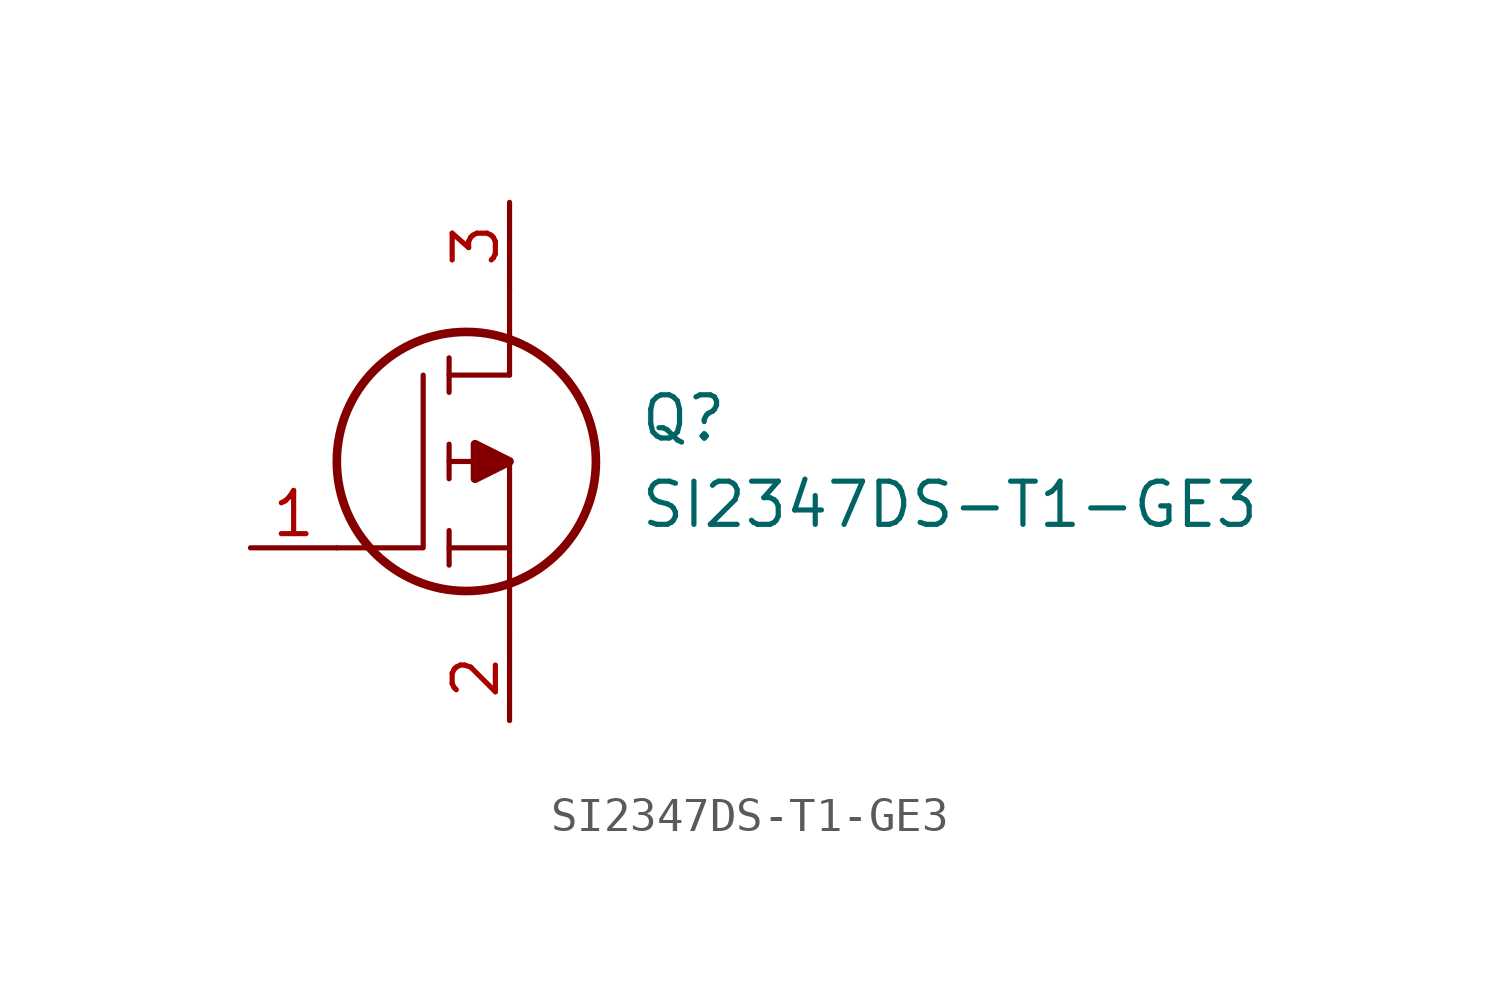
<source format=kicad_sym>
(kicad_symbol_lib
  (version 20220914)
  (generator kicad_symbol_editor)
  (symbol "SI2347DS-T1-GE3"
    (pin_names
      (offset 0.762))
    (property "Reference" "Q"
      (at 11.43 3.81 0)
      (effects (font (size 1.27 1.27)) (justify left)))
    (property "Value" "SI2347DS-T1-GE3"
      (at 11.43 1.27 0)
      (effects (font (size 1.27 1.27)) (justify left)))
    (symbol "SI2347DS-T1-GE3_0_0"
      (pin passive line (at 0 0 0) (length 2.54) (name "~" (effects (font (size 1.27 1.27)))) (number "1" (effects (font (size 1.27 1.27)))))
      (pin passive line (at 7.62 -5.08 90) (length 2.54) (name "~" (effects (font (size 1.27 1.27)))) (number "2" (effects (font (size 1.27 1.27)))))
      (pin passive line (at 7.62 10.16 270) (length 2.54) (name "~" (effects (font (size 1.27 1.27)))) (number "3" (effects (font (size 1.27 1.27))))))
    (symbol "SI2347DS-T1-GE3_0_1"
      (polyline (pts (xy 5.842 -0.508) (xy 5.842 0.508)) (stroke (width 0.152) (type solid)) (fill (type none)))
      (polyline (pts (xy 5.842 0) (xy 7.62 0)) (stroke (width 0.152) (type solid)) (fill (type none)))
      (polyline (pts (xy 5.842 2.032) (xy 5.842 3.048)) (stroke (width 0.152) (type solid)) (fill (type none)))
      (polyline (pts (xy 5.842 5.588) (xy 5.842 4.572)) (stroke (width 0.152) (type solid)) (fill (type none)))
      (polyline (pts (xy 7.62 2.54) (xy 5.842 2.54)) (stroke (width 0.152) (type solid)) (fill (type none)))
      (polyline (pts (xy 7.62 2.54) (xy 7.62 -2.54)) (stroke (width 0.152) (type solid)) (fill (type none)))
      (polyline (pts (xy 7.62 5.08) (xy 5.842 5.08)) (stroke (width 0.152) (type solid)) (fill (type none)))
      (polyline (pts (xy 7.62 5.08) (xy 7.62 7.62)) (stroke (width 0.152) (type solid)) (fill (type none)))
      (polyline (pts (xy 2.54 0) (xy 5.08 0) (xy 5.08 5.08)) (stroke (width 0.152) (type solid)) (fill (type none)))
      (polyline (pts (xy 7.62 2.54) (xy 6.604 3.048) (xy 6.604 2.032) (xy 7.62 2.54)) (stroke (width 0.254) (type solid)) (fill (type outline)))
      (circle (center 6.35 2.54) (radius 3.81) (stroke (width 0.254) (type solid)) (fill (type none))))))
</source>
